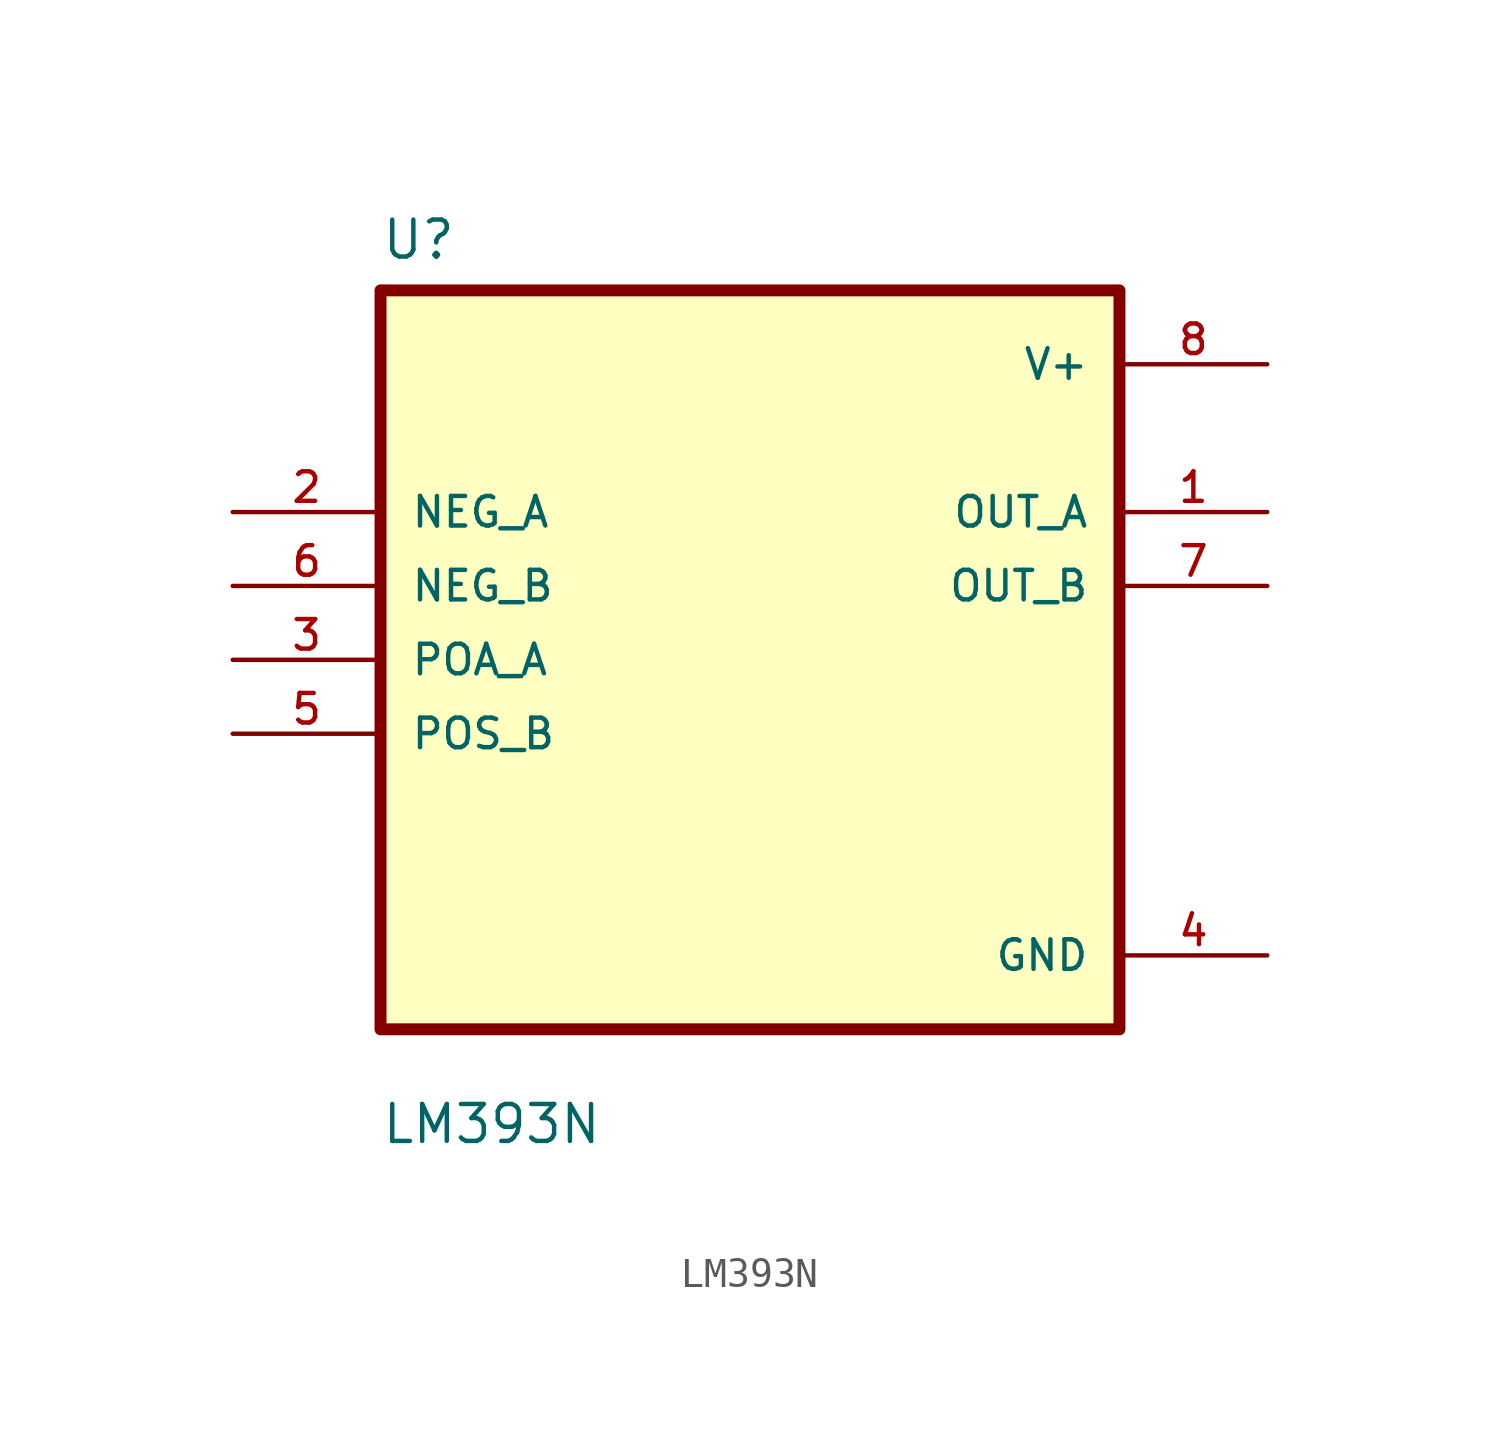
<source format=kicad_sym>
(kicad_symbol_lib
  (version 20211014)
  (generator kicad_symbol_editor)
  (symbol "LM393N"
    (pin_names
      (offset 1.016))
    (property "Reference" "U"
      (at -12.7 13.7 0.0)
      (effects (font (size 1.27 1.27)) (justify bottom left)))
    (property "Value" "LM393N"
      (at -12.7 -16.7 0.0)
      (effects (font (size 1.27 1.27)) (justify bottom left)))
    (symbol "LM393N_0_0"
      (rectangle (start -12.7 -12.7) (end 12.7 12.7) (stroke (width 0.41)) (fill (type background)))
      (pin input line (at -17.78 5.08 0) (length 5.08) (name "NEG_A" (effects (font (size 1.016 1.016)))) (number "2" (effects (font (size 1.016 1.016)))))
      (pin input line (at -17.78 2.54 0) (length 5.08) (name "NEG_B" (effects (font (size 1.016 1.016)))) (number "6" (effects (font (size 1.016 1.016)))))
      (pin input line (at -17.78 -8.88178e-16 0) (length 5.08) (name "POA_A" (effects (font (size 1.016 1.016)))) (number "3" (effects (font (size 1.016 1.016)))))
      (pin input line (at -17.78 -2.54 0) (length 5.08) (name "POS_B" (effects (font (size 1.016 1.016)))) (number "5" (effects (font (size 1.016 1.016)))))
      (pin power_in line (at 17.78 10.16 180.0) (length 5.08) (name "V+" (effects (font (size 1.016 1.016)))) (number "8" (effects (font (size 1.016 1.016)))))
      (pin output line (at 17.78 5.08 180.0) (length 5.08) (name "OUT_A" (effects (font (size 1.016 1.016)))) (number "1" (effects (font (size 1.016 1.016)))))
      (pin output line (at 17.78 2.54 180.0) (length 5.08) (name "OUT_B" (effects (font (size 1.016 1.016)))) (number "7" (effects (font (size 1.016 1.016)))))
      (pin power_in line (at 17.78 -10.16 180.0) (length 5.08) (name "GND" (effects (font (size 1.016 1.016)))) (number "4" (effects (font (size 1.016 1.016))))))))
</source>
